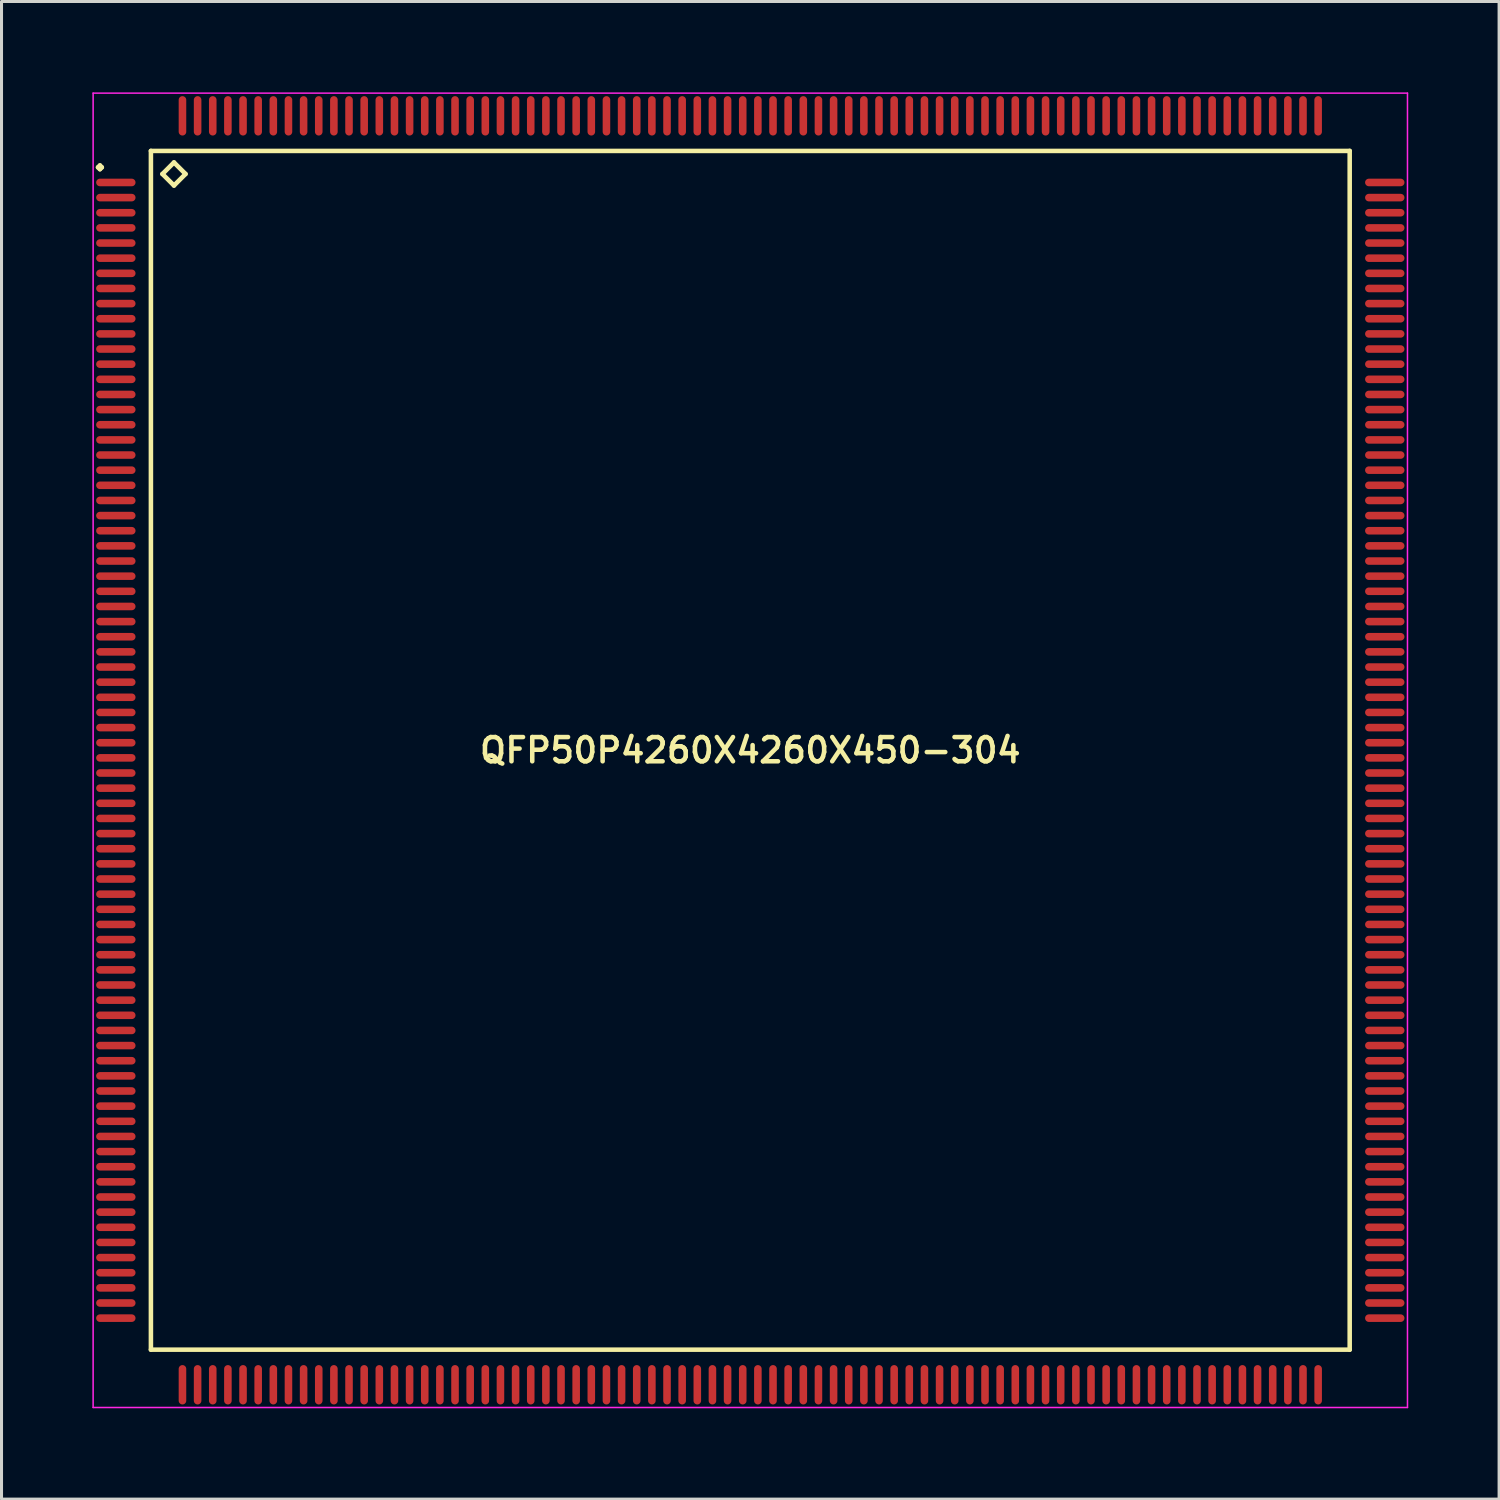
<source format=kicad_pcb>
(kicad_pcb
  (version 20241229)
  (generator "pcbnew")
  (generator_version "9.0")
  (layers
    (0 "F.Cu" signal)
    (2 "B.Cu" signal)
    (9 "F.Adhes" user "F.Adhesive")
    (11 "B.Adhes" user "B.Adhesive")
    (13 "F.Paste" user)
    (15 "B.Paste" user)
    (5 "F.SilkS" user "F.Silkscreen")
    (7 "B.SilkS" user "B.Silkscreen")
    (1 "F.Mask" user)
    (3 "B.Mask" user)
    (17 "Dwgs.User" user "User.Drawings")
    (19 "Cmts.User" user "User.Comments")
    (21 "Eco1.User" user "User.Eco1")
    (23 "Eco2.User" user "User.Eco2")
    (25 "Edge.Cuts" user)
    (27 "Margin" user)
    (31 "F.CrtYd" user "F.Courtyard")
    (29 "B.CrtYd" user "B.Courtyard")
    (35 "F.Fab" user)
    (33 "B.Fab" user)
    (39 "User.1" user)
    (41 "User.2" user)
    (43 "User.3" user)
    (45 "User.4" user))
  (footprint "QFP50P4260X4260X450-304"
    (layer "F.Cu")
    (at 21.725 21.725)
    (property "Reference" "QFP50P4260X4260X450-304" (at 0 0 0) (layer "F.SilkS") (effects (font (size 0.8 0.8) (thickness 0.15))))
    (attr smd)
    (fp_line (start -21.538 -19.25) (end -21.475 -19.312) (stroke (width 0.15) (type solid)) (layer "F.SilkS"))
    (fp_line (start -21.475 -19.312) (end -21.413 -19.25) (stroke (width 0.15) (type solid)) (layer "F.SilkS"))
    (fp_line (start -21.475 -19.188) (end -21.538 -19.25) (stroke (width 0.15) (type solid)) (layer "F.SilkS"))
    (fp_line (start -21.413 -19.25) (end -21.475 -19.188) (stroke (width 0.15) (type solid)) (layer "F.SilkS"))
    (fp_line (start -19.792 -19.792) (end -19.792 19.792) (stroke (width 0.15) (type solid)) (layer "F.SilkS"))
    (fp_line (start -19.792 19.792) (end 19.792 19.792) (stroke (width 0.15) (type solid)) (layer "F.SilkS"))
    (fp_line (start -19.411 -19.03) (end -19.03 -19.411) (stroke (width 0.15) (type solid)) (layer "F.SilkS"))
    (fp_line (start -19.03 -19.411) (end -18.649 -19.03) (stroke (width 0.15) (type solid)) (layer "F.SilkS"))
    (fp_line (start -19.03 -18.649) (end -19.411 -19.03) (stroke (width 0.15) (type solid)) (layer "F.SilkS"))
    (fp_line (start -18.649 -19.03) (end -19.03 -18.649) (stroke (width 0.15) (type solid)) (layer "F.SilkS"))
    (fp_line (start 19.792 -19.792) (end -19.792 -19.792) (stroke (width 0.15) (type solid)) (layer "F.SilkS"))
    (fp_line (start 19.792 19.792) (end 19.792 -19.792) (stroke (width 0.15) (type solid)) (layer "F.SilkS"))
    (fp_line (start -21.7 -21.7) (end 21.7 -21.7) (stroke (width 0.05) (type solid)) (layer "F.CrtYd"))
    (fp_line (start -21.7 21.7) (end -21.7 -21.7) (stroke (width 0.05) (type solid)) (layer "F.CrtYd"))
    (fp_line (start 21.7 -21.7) (end 21.7 21.7) (stroke (width 0.05) (type solid)) (layer "F.CrtYd"))
    (fp_line (start 21.7 21.7) (end -21.7 21.7) (stroke (width 0.05) (type solid)) (layer "F.CrtYd"))
    (pad "1" smd oval (at -20.95 -18.75) (size 1.3 0.25) (layers "F.Cu" "F.Mask" "F.Paste"))
    (pad "2" smd oval (at -20.95 -18.25) (size 1.3 0.25) (layers "F.Cu" "F.Mask" "F.Paste"))
    (pad "3" smd oval (at -20.95 -17.75) (size 1.3 0.25) (layers "F.Cu" "F.Mask" "F.Paste"))
    (pad "4" smd oval (at -20.95 -17.25) (size 1.3 0.25) (layers "F.Cu" "F.Mask" "F.Paste"))
    (pad "5" smd oval (at -20.95 -16.75) (size 1.3 0.25) (layers "F.Cu" "F.Mask" "F.Paste"))
    (pad "6" smd oval (at -20.95 -16.25) (size 1.3 0.25) (layers "F.Cu" "F.Mask" "F.Paste"))
    (pad "7" smd oval (at -20.95 -15.75) (size 1.3 0.25) (layers "F.Cu" "F.Mask" "F.Paste"))
    (pad "8" smd oval (at -20.95 -15.25) (size 1.3 0.25) (layers "F.Cu" "F.Mask" "F.Paste"))
    (pad "9" smd oval (at -20.95 -14.75) (size 1.3 0.25) (layers "F.Cu" "F.Mask" "F.Paste"))
    (pad "10" smd oval (at -20.95 -14.25) (size 1.3 0.25) (layers "F.Cu" "F.Mask" "F.Paste"))
    (pad "11" smd oval (at -20.95 -13.75) (size 1.3 0.25) (layers "F.Cu" "F.Mask" "F.Paste"))
    (pad "12" smd oval (at -20.95 -13.25) (size 1.3 0.25) (layers "F.Cu" "F.Mask" "F.Paste"))
    (pad "13" smd oval (at -20.95 -12.75) (size 1.3 0.25) (layers "F.Cu" "F.Mask" "F.Paste"))
    (pad "14" smd oval (at -20.95 -12.25) (size 1.3 0.25) (layers "F.Cu" "F.Mask" "F.Paste"))
    (pad "15" smd oval (at -20.95 -11.75) (size 1.3 0.25) (layers "F.Cu" "F.Mask" "F.Paste"))
    (pad "16" smd oval (at -20.95 -11.25) (size 1.3 0.25) (layers "F.Cu" "F.Mask" "F.Paste"))
    (pad "17" smd oval (at -20.95 -10.75) (size 1.3 0.25) (layers "F.Cu" "F.Mask" "F.Paste"))
    (pad "18" smd oval (at -20.95 -10.25) (size 1.3 0.25) (layers "F.Cu" "F.Mask" "F.Paste"))
    (pad "19" smd oval (at -20.95 -9.75) (size 1.3 0.25) (layers "F.Cu" "F.Mask" "F.Paste"))
    (pad "20" smd oval (at -20.95 -9.25) (size 1.3 0.25) (layers "F.Cu" "F.Mask" "F.Paste"))
    (pad "21" smd oval (at -20.95 -8.75) (size 1.3 0.25) (layers "F.Cu" "F.Mask" "F.Paste"))
    (pad "22" smd oval (at -20.95 -8.25) (size 1.3 0.25) (layers "F.Cu" "F.Mask" "F.Paste"))
    (pad "23" smd oval (at -20.95 -7.75) (size 1.3 0.25) (layers "F.Cu" "F.Mask" "F.Paste"))
    (pad "24" smd oval (at -20.95 -7.25) (size 1.3 0.25) (layers "F.Cu" "F.Mask" "F.Paste"))
    (pad "25" smd oval (at -20.95 -6.75) (size 1.3 0.25) (layers "F.Cu" "F.Mask" "F.Paste"))
    (pad "26" smd oval (at -20.95 -6.25) (size 1.3 0.25) (layers "F.Cu" "F.Mask" "F.Paste"))
    (pad "27" smd oval (at -20.95 -5.75) (size 1.3 0.25) (layers "F.Cu" "F.Mask" "F.Paste"))
    (pad "28" smd oval (at -20.95 -5.25) (size 1.3 0.25) (layers "F.Cu" "F.Mask" "F.Paste"))
    (pad "29" smd oval (at -20.95 -4.75) (size 1.3 0.25) (layers "F.Cu" "F.Mask" "F.Paste"))
    (pad "30" smd oval (at -20.95 -4.25) (size 1.3 0.25) (layers "F.Cu" "F.Mask" "F.Paste"))
    (pad "31" smd oval (at -20.95 -3.75) (size 1.3 0.25) (layers "F.Cu" "F.Mask" "F.Paste"))
    (pad "32" smd oval (at -20.95 -3.25) (size 1.3 0.25) (layers "F.Cu" "F.Mask" "F.Paste"))
    (pad "33" smd oval (at -20.95 -2.75) (size 1.3 0.25) (layers "F.Cu" "F.Mask" "F.Paste"))
    (pad "34" smd oval (at -20.95 -2.25) (size 1.3 0.25) (layers "F.Cu" "F.Mask" "F.Paste"))
    (pad "35" smd oval (at -20.95 -1.75) (size 1.3 0.25) (layers "F.Cu" "F.Mask" "F.Paste"))
    (pad "36" smd oval (at -20.95 -1.25) (size 1.3 0.25) (layers "F.Cu" "F.Mask" "F.Paste"))
    (pad "37" smd oval (at -20.95 -0.75) (size 1.3 0.25) (layers "F.Cu" "F.Mask" "F.Paste"))
    (pad "38" smd oval (at -20.95 -0.25) (size 1.3 0.25) (layers "F.Cu" "F.Mask" "F.Paste"))
    (pad "39" smd oval (at -20.95 0.25) (size 1.3 0.25) (layers "F.Cu" "F.Mask" "F.Paste"))
    (pad "40" smd oval (at -20.95 0.75) (size 1.3 0.25) (layers "F.Cu" "F.Mask" "F.Paste"))
    (pad "41" smd oval (at -20.95 1.25) (size 1.3 0.25) (layers "F.Cu" "F.Mask" "F.Paste"))
    (pad "42" smd oval (at -20.95 1.75) (size 1.3 0.25) (layers "F.Cu" "F.Mask" "F.Paste"))
    (pad "43" smd oval (at -20.95 2.25) (size 1.3 0.25) (layers "F.Cu" "F.Mask" "F.Paste"))
    (pad "44" smd oval (at -20.95 2.75) (size 1.3 0.25) (layers "F.Cu" "F.Mask" "F.Paste"))
    (pad "45" smd oval (at -20.95 3.25) (size 1.3 0.25) (layers "F.Cu" "F.Mask" "F.Paste"))
    (pad "46" smd oval (at -20.95 3.75) (size 1.3 0.25) (layers "F.Cu" "F.Mask" "F.Paste"))
    (pad "47" smd oval (at -20.95 4.25) (size 1.3 0.25) (layers "F.Cu" "F.Mask" "F.Paste"))
    (pad "48" smd oval (at -20.95 4.75) (size 1.3 0.25) (layers "F.Cu" "F.Mask" "F.Paste"))
    (pad "49" smd oval (at -20.95 5.25) (size 1.3 0.25) (layers "F.Cu" "F.Mask" "F.Paste"))
    (pad "50" smd oval (at -20.95 5.75) (size 1.3 0.25) (layers "F.Cu" "F.Mask" "F.Paste"))
    (pad "51" smd oval (at -20.95 6.25) (size 1.3 0.25) (layers "F.Cu" "F.Mask" "F.Paste"))
    (pad "52" smd oval (at -20.95 6.75) (size 1.3 0.25) (layers "F.Cu" "F.Mask" "F.Paste"))
    (pad "53" smd oval (at -20.95 7.25) (size 1.3 0.25) (layers "F.Cu" "F.Mask" "F.Paste"))
    (pad "54" smd oval (at -20.95 7.75) (size 1.3 0.25) (layers "F.Cu" "F.Mask" "F.Paste"))
    (pad "55" smd oval (at -20.95 8.25) (size 1.3 0.25) (layers "F.Cu" "F.Mask" "F.Paste"))
    (pad "56" smd oval (at -20.95 8.75) (size 1.3 0.25) (layers "F.Cu" "F.Mask" "F.Paste"))
    (pad "57" smd oval (at -20.95 9.25) (size 1.3 0.25) (layers "F.Cu" "F.Mask" "F.Paste"))
    (pad "58" smd oval (at -20.95 9.75) (size 1.3 0.25) (layers "F.Cu" "F.Mask" "F.Paste"))
    (pad "59" smd oval (at -20.95 10.25) (size 1.3 0.25) (layers "F.Cu" "F.Mask" "F.Paste"))
    (pad "60" smd oval (at -20.95 10.75) (size 1.3 0.25) (layers "F.Cu" "F.Mask" "F.Paste"))
    (pad "61" smd oval (at -20.95 11.25) (size 1.3 0.25) (layers "F.Cu" "F.Mask" "F.Paste"))
    (pad "62" smd oval (at -20.95 11.75) (size 1.3 0.25) (layers "F.Cu" "F.Mask" "F.Paste"))
    (pad "63" smd oval (at -20.95 12.25) (size 1.3 0.25) (layers "F.Cu" "F.Mask" "F.Paste"))
    (pad "64" smd oval (at -20.95 12.75) (size 1.3 0.25) (layers "F.Cu" "F.Mask" "F.Paste"))
    (pad "65" smd oval (at -20.95 13.25) (size 1.3 0.25) (layers "F.Cu" "F.Mask" "F.Paste"))
    (pad "66" smd oval (at -20.95 13.75) (size 1.3 0.25) (layers "F.Cu" "F.Mask" "F.Paste"))
    (pad "67" smd oval (at -20.95 14.25) (size 1.3 0.25) (layers "F.Cu" "F.Mask" "F.Paste"))
    (pad "68" smd oval (at -20.95 14.75) (size 1.3 0.25) (layers "F.Cu" "F.Mask" "F.Paste"))
    (pad "69" smd oval (at -20.95 15.25) (size 1.3 0.25) (layers "F.Cu" "F.Mask" "F.Paste"))
    (pad "70" smd oval (at -20.95 15.75) (size 1.3 0.25) (layers "F.Cu" "F.Mask" "F.Paste"))
    (pad "71" smd oval (at -20.95 16.25) (size 1.3 0.25) (layers "F.Cu" "F.Mask" "F.Paste"))
    (pad "72" smd oval (at -20.95 16.75) (size 1.3 0.25) (layers "F.Cu" "F.Mask" "F.Paste"))
    (pad "73" smd oval (at -20.95 17.25) (size 1.3 0.25) (layers "F.Cu" "F.Mask" "F.Paste"))
    (pad "74" smd oval (at -20.95 17.75) (size 1.3 0.25) (layers "F.Cu" "F.Mask" "F.Paste"))
    (pad "75" smd oval (at -20.95 18.25) (size 1.3 0.25) (layers "F.Cu" "F.Mask" "F.Paste"))
    (pad "76" smd oval (at -20.95 18.75) (size 1.3 0.25) (layers "F.Cu" "F.Mask" "F.Paste"))
    (pad "77" smd oval (at -18.75 20.95) (size 0.25 1.3) (layers "F.Cu" "F.Mask" "F.Paste"))
    (pad "78" smd oval (at -18.25 20.95) (size 0.25 1.3) (layers "F.Cu" "F.Mask" "F.Paste"))
    (pad "79" smd oval (at -17.75 20.95) (size 0.25 1.3) (layers "F.Cu" "F.Mask" "F.Paste"))
    (pad "80" smd oval (at -17.25 20.95) (size 0.25 1.3) (layers "F.Cu" "F.Mask" "F.Paste"))
    (pad "81" smd oval (at -16.75 20.95) (size 0.25 1.3) (layers "F.Cu" "F.Mask" "F.Paste"))
    (pad "82" smd oval (at -16.25 20.95) (size 0.25 1.3) (layers "F.Cu" "F.Mask" "F.Paste"))
    (pad "83" smd oval (at -15.75 20.95) (size 0.25 1.3) (layers "F.Cu" "F.Mask" "F.Paste"))
    (pad "84" smd oval (at -15.25 20.95) (size 0.25 1.3) (layers "F.Cu" "F.Mask" "F.Paste"))
    (pad "85" smd oval (at -14.75 20.95) (size 0.25 1.3) (layers "F.Cu" "F.Mask" "F.Paste"))
    (pad "86" smd oval (at -14.25 20.95) (size 0.25 1.3) (layers "F.Cu" "F.Mask" "F.Paste"))
    (pad "87" smd oval (at -13.75 20.95) (size 0.25 1.3) (layers "F.Cu" "F.Mask" "F.Paste"))
    (pad "88" smd oval (at -13.25 20.95) (size 0.25 1.3) (layers "F.Cu" "F.Mask" "F.Paste"))
    (pad "89" smd oval (at -12.75 20.95) (size 0.25 1.3) (layers "F.Cu" "F.Mask" "F.Paste"))
    (pad "90" smd oval (at -12.25 20.95) (size 0.25 1.3) (layers "F.Cu" "F.Mask" "F.Paste"))
    (pad "91" smd oval (at -11.75 20.95) (size 0.25 1.3) (layers "F.Cu" "F.Mask" "F.Paste"))
    (pad "92" smd oval (at -11.25 20.95) (size 0.25 1.3) (layers "F.Cu" "F.Mask" "F.Paste"))
    (pad "93" smd oval (at -10.75 20.95) (size 0.25 1.3) (layers "F.Cu" "F.Mask" "F.Paste"))
    (pad "94" smd oval (at -10.25 20.95) (size 0.25 1.3) (layers "F.Cu" "F.Mask" "F.Paste"))
    (pad "95" smd oval (at -9.75 20.95) (size 0.25 1.3) (layers "F.Cu" "F.Mask" "F.Paste"))
    (pad "96" smd oval (at -9.25 20.95) (size 0.25 1.3) (layers "F.Cu" "F.Mask" "F.Paste"))
    (pad "97" smd oval (at -8.75 20.95) (size 0.25 1.3) (layers "F.Cu" "F.Mask" "F.Paste"))
    (pad "98" smd oval (at -8.25 20.95) (size 0.25 1.3) (layers "F.Cu" "F.Mask" "F.Paste"))
    (pad "99" smd oval (at -7.75 20.95) (size 0.25 1.3) (layers "F.Cu" "F.Mask" "F.Paste"))
    (pad "100" smd oval (at -7.25 20.95) (size 0.25 1.3) (layers "F.Cu" "F.Mask" "F.Paste"))
    (pad "101" smd oval (at -6.75 20.95) (size 0.25 1.3) (layers "F.Cu" "F.Mask" "F.Paste"))
    (pad "102" smd oval (at -6.25 20.95) (size 0.25 1.3) (layers "F.Cu" "F.Mask" "F.Paste"))
    (pad "103" smd oval (at -5.75 20.95) (size 0.25 1.3) (layers "F.Cu" "F.Mask" "F.Paste"))
    (pad "104" smd oval (at -5.25 20.95) (size 0.25 1.3) (layers "F.Cu" "F.Mask" "F.Paste"))
    (pad "105" smd oval (at -4.75 20.95) (size 0.25 1.3) (layers "F.Cu" "F.Mask" "F.Paste"))
    (pad "106" smd oval (at -4.25 20.95) (size 0.25 1.3) (layers "F.Cu" "F.Mask" "F.Paste"))
    (pad "107" smd oval (at -3.75 20.95) (size 0.25 1.3) (layers "F.Cu" "F.Mask" "F.Paste"))
    (pad "108" smd oval (at -3.25 20.95) (size 0.25 1.3) (layers "F.Cu" "F.Mask" "F.Paste"))
    (pad "109" smd oval (at -2.75 20.95) (size 0.25 1.3) (layers "F.Cu" "F.Mask" "F.Paste"))
    (pad "110" smd oval (at -2.25 20.95) (size 0.25 1.3) (layers "F.Cu" "F.Mask" "F.Paste"))
    (pad "111" smd oval (at -1.75 20.95) (size 0.25 1.3) (layers "F.Cu" "F.Mask" "F.Paste"))
    (pad "112" smd oval (at -1.25 20.95) (size 0.25 1.3) (layers "F.Cu" "F.Mask" "F.Paste"))
    (pad "113" smd oval (at -0.75 20.95) (size 0.25 1.3) (layers "F.Cu" "F.Mask" "F.Paste"))
    (pad "114" smd oval (at -0.25 20.95) (size 0.25 1.3) (layers "F.Cu" "F.Mask" "F.Paste"))
    (pad "115" smd oval (at 0.25 20.95) (size 0.25 1.3) (layers "F.Cu" "F.Mask" "F.Paste"))
    (pad "116" smd oval (at 0.75 20.95) (size 0.25 1.3) (layers "F.Cu" "F.Mask" "F.Paste"))
    (pad "117" smd oval (at 1.25 20.95) (size 0.25 1.3) (layers "F.Cu" "F.Mask" "F.Paste"))
    (pad "118" smd oval (at 1.75 20.95) (size 0.25 1.3) (layers "F.Cu" "F.Mask" "F.Paste"))
    (pad "119" smd oval (at 2.25 20.95) (size 0.25 1.3) (layers "F.Cu" "F.Mask" "F.Paste"))
    (pad "120" smd oval (at 2.75 20.95) (size 0.25 1.3) (layers "F.Cu" "F.Mask" "F.Paste"))
    (pad "121" smd oval (at 3.25 20.95) (size 0.25 1.3) (layers "F.Cu" "F.Mask" "F.Paste"))
    (pad "122" smd oval (at 3.75 20.95) (size 0.25 1.3) (layers "F.Cu" "F.Mask" "F.Paste"))
    (pad "123" smd oval (at 4.25 20.95) (size 0.25 1.3) (layers "F.Cu" "F.Mask" "F.Paste"))
    (pad "124" smd oval (at 4.75 20.95) (size 0.25 1.3) (layers "F.Cu" "F.Mask" "F.Paste"))
    (pad "125" smd oval (at 5.25 20.95) (size 0.25 1.3) (layers "F.Cu" "F.Mask" "F.Paste"))
    (pad "126" smd oval (at 5.75 20.95) (size 0.25 1.3) (layers "F.Cu" "F.Mask" "F.Paste"))
    (pad "127" smd oval (at 6.25 20.95) (size 0.25 1.3) (layers "F.Cu" "F.Mask" "F.Paste"))
    (pad "128" smd oval (at 6.75 20.95) (size 0.25 1.3) (layers "F.Cu" "F.Mask" "F.Paste"))
    (pad "129" smd oval (at 7.25 20.95) (size 0.25 1.3) (layers "F.Cu" "F.Mask" "F.Paste"))
    (pad "130" smd oval (at 7.75 20.95) (size 0.25 1.3) (layers "F.Cu" "F.Mask" "F.Paste"))
    (pad "131" smd oval (at 8.25 20.95) (size 0.25 1.3) (layers "F.Cu" "F.Mask" "F.Paste"))
    (pad "132" smd oval (at 8.75 20.95) (size 0.25 1.3) (layers "F.Cu" "F.Mask" "F.Paste"))
    (pad "133" smd oval (at 9.25 20.95) (size 0.25 1.3) (layers "F.Cu" "F.Mask" "F.Paste"))
    (pad "134" smd oval (at 9.75 20.95) (size 0.25 1.3) (layers "F.Cu" "F.Mask" "F.Paste"))
    (pad "135" smd oval (at 10.25 20.95) (size 0.25 1.3) (layers "F.Cu" "F.Mask" "F.Paste"))
    (pad "136" smd oval (at 10.75 20.95) (size 0.25 1.3) (layers "F.Cu" "F.Mask" "F.Paste"))
    (pad "137" smd oval (at 11.25 20.95) (size 0.25 1.3) (layers "F.Cu" "F.Mask" "F.Paste"))
    (pad "138" smd oval (at 11.75 20.95) (size 0.25 1.3) (layers "F.Cu" "F.Mask" "F.Paste"))
    (pad "139" smd oval (at 12.25 20.95) (size 0.25 1.3) (layers "F.Cu" "F.Mask" "F.Paste"))
    (pad "140" smd oval (at 12.75 20.95) (size 0.25 1.3) (layers "F.Cu" "F.Mask" "F.Paste"))
    (pad "141" smd oval (at 13.25 20.95) (size 0.25 1.3) (layers "F.Cu" "F.Mask" "F.Paste"))
    (pad "142" smd oval (at 13.75 20.95) (size 0.25 1.3) (layers "F.Cu" "F.Mask" "F.Paste"))
    (pad "143" smd oval (at 14.25 20.95) (size 0.25 1.3) (layers "F.Cu" "F.Mask" "F.Paste"))
    (pad "144" smd oval (at 14.75 20.95) (size 0.25 1.3) (layers "F.Cu" "F.Mask" "F.Paste"))
    (pad "145" smd oval (at 15.25 20.95) (size 0.25 1.3) (layers "F.Cu" "F.Mask" "F.Paste"))
    (pad "146" smd oval (at 15.75 20.95) (size 0.25 1.3) (layers "F.Cu" "F.Mask" "F.Paste"))
    (pad "147" smd oval (at 16.25 20.95) (size 0.25 1.3) (layers "F.Cu" "F.Mask" "F.Paste"))
    (pad "148" smd oval (at 16.75 20.95) (size 0.25 1.3) (layers "F.Cu" "F.Mask" "F.Paste"))
    (pad "149" smd oval (at 17.25 20.95) (size 0.25 1.3) (layers "F.Cu" "F.Mask" "F.Paste"))
    (pad "150" smd oval (at 17.75 20.95) (size 0.25 1.3) (layers "F.Cu" "F.Mask" "F.Paste"))
    (pad "151" smd oval (at 18.25 20.95) (size 0.25 1.3) (layers "F.Cu" "F.Mask" "F.Paste"))
    (pad "152" smd oval (at 18.75 20.95) (size 0.25 1.3) (layers "F.Cu" "F.Mask" "F.Paste"))
    (pad "153" smd oval (at 20.95 18.75) (size 1.3 0.25) (layers "F.Cu" "F.Mask" "F.Paste"))
    (pad "154" smd oval (at 20.95 18.25) (size 1.3 0.25) (layers "F.Cu" "F.Mask" "F.Paste"))
    (pad "155" smd oval (at 20.95 17.75) (size 1.3 0.25) (layers "F.Cu" "F.Mask" "F.Paste"))
    (pad "156" smd oval (at 20.95 17.25) (size 1.3 0.25) (layers "F.Cu" "F.Mask" "F.Paste"))
    (pad "157" smd oval (at 20.95 16.75) (size 1.3 0.25) (layers "F.Cu" "F.Mask" "F.Paste"))
    (pad "158" smd oval (at 20.95 16.25) (size 1.3 0.25) (layers "F.Cu" "F.Mask" "F.Paste"))
    (pad "159" smd oval (at 20.95 15.75) (size 1.3 0.25) (layers "F.Cu" "F.Mask" "F.Paste"))
    (pad "160" smd oval (at 20.95 15.25) (size 1.3 0.25) (layers "F.Cu" "F.Mask" "F.Paste"))
    (pad "161" smd oval (at 20.95 14.75) (size 1.3 0.25) (layers "F.Cu" "F.Mask" "F.Paste"))
    (pad "162" smd oval (at 20.95 14.25) (size 1.3 0.25) (layers "F.Cu" "F.Mask" "F.Paste"))
    (pad "163" smd oval (at 20.95 13.75) (size 1.3 0.25) (layers "F.Cu" "F.Mask" "F.Paste"))
    (pad "164" smd oval (at 20.95 13.25) (size 1.3 0.25) (layers "F.Cu" "F.Mask" "F.Paste"))
    (pad "165" smd oval (at 20.95 12.75) (size 1.3 0.25) (layers "F.Cu" "F.Mask" "F.Paste"))
    (pad "166" smd oval (at 20.95 12.25) (size 1.3 0.25) (layers "F.Cu" "F.Mask" "F.Paste"))
    (pad "167" smd oval (at 20.95 11.75) (size 1.3 0.25) (layers "F.Cu" "F.Mask" "F.Paste"))
    (pad "168" smd oval (at 20.95 11.25) (size 1.3 0.25) (layers "F.Cu" "F.Mask" "F.Paste"))
    (pad "169" smd oval (at 20.95 10.75) (size 1.3 0.25) (layers "F.Cu" "F.Mask" "F.Paste"))
    (pad "170" smd oval (at 20.95 10.25) (size 1.3 0.25) (layers "F.Cu" "F.Mask" "F.Paste"))
    (pad "171" smd oval (at 20.95 9.75) (size 1.3 0.25) (layers "F.Cu" "F.Mask" "F.Paste"))
    (pad "172" smd oval (at 20.95 9.25) (size 1.3 0.25) (layers "F.Cu" "F.Mask" "F.Paste"))
    (pad "173" smd oval (at 20.95 8.75) (size 1.3 0.25) (layers "F.Cu" "F.Mask" "F.Paste"))
    (pad "174" smd oval (at 20.95 8.25) (size 1.3 0.25) (layers "F.Cu" "F.Mask" "F.Paste"))
    (pad "175" smd oval (at 20.95 7.75) (size 1.3 0.25) (layers "F.Cu" "F.Mask" "F.Paste"))
    (pad "176" smd oval (at 20.95 7.25) (size 1.3 0.25) (layers "F.Cu" "F.Mask" "F.Paste"))
    (pad "177" smd oval (at 20.95 6.75) (size 1.3 0.25) (layers "F.Cu" "F.Mask" "F.Paste"))
    (pad "178" smd oval (at 20.95 6.25) (size 1.3 0.25) (layers "F.Cu" "F.Mask" "F.Paste"))
    (pad "179" smd oval (at 20.95 5.75) (size 1.3 0.25) (layers "F.Cu" "F.Mask" "F.Paste"))
    (pad "180" smd oval (at 20.95 5.25) (size 1.3 0.25) (layers "F.Cu" "F.Mask" "F.Paste"))
    (pad "181" smd oval (at 20.95 4.75) (size 1.3 0.25) (layers "F.Cu" "F.Mask" "F.Paste"))
    (pad "182" smd oval (at 20.95 4.25) (size 1.3 0.25) (layers "F.Cu" "F.Mask" "F.Paste"))
    (pad "183" smd oval (at 20.95 3.75) (size 1.3 0.25) (layers "F.Cu" "F.Mask" "F.Paste"))
    (pad "184" smd oval (at 20.95 3.25) (size 1.3 0.25) (layers "F.Cu" "F.Mask" "F.Paste"))
    (pad "185" smd oval (at 20.95 2.75) (size 1.3 0.25) (layers "F.Cu" "F.Mask" "F.Paste"))
    (pad "186" smd oval (at 20.95 2.25) (size 1.3 0.25) (layers "F.Cu" "F.Mask" "F.Paste"))
    (pad "187" smd oval (at 20.95 1.75) (size 1.3 0.25) (layers "F.Cu" "F.Mask" "F.Paste"))
    (pad "188" smd oval (at 20.95 1.25) (size 1.3 0.25) (layers "F.Cu" "F.Mask" "F.Paste"))
    (pad "189" smd oval (at 20.95 0.75) (size 1.3 0.25) (layers "F.Cu" "F.Mask" "F.Paste"))
    (pad "190" smd oval (at 20.95 0.25) (size 1.3 0.25) (layers "F.Cu" "F.Mask" "F.Paste"))
    (pad "191" smd oval (at 20.95 -0.25) (size 1.3 0.25) (layers "F.Cu" "F.Mask" "F.Paste"))
    (pad "192" smd oval (at 20.95 -0.75) (size 1.3 0.25) (layers "F.Cu" "F.Mask" "F.Paste"))
    (pad "193" smd oval (at 20.95 -1.25) (size 1.3 0.25) (layers "F.Cu" "F.Mask" "F.Paste"))
    (pad "194" smd oval (at 20.95 -1.75) (size 1.3 0.25) (layers "F.Cu" "F.Mask" "F.Paste"))
    (pad "195" smd oval (at 20.95 -2.25) (size 1.3 0.25) (layers "F.Cu" "F.Mask" "F.Paste"))
    (pad "196" smd oval (at 20.95 -2.75) (size 1.3 0.25) (layers "F.Cu" "F.Mask" "F.Paste"))
    (pad "197" smd oval (at 20.95 -3.25) (size 1.3 0.25) (layers "F.Cu" "F.Mask" "F.Paste"))
    (pad "198" smd oval (at 20.95 -3.75) (size 1.3 0.25) (layers "F.Cu" "F.Mask" "F.Paste"))
    (pad "199" smd oval (at 20.95 -4.25) (size 1.3 0.25) (layers "F.Cu" "F.Mask" "F.Paste"))
    (pad "200" smd oval (at 20.95 -4.75) (size 1.3 0.25) (layers "F.Cu" "F.Mask" "F.Paste"))
    (pad "201" smd oval (at 20.95 -5.25) (size 1.3 0.25) (layers "F.Cu" "F.Mask" "F.Paste"))
    (pad "202" smd oval (at 20.95 -5.75) (size 1.3 0.25) (layers "F.Cu" "F.Mask" "F.Paste"))
    (pad "203" smd oval (at 20.95 -6.25) (size 1.3 0.25) (layers "F.Cu" "F.Mask" "F.Paste"))
    (pad "204" smd oval (at 20.95 -6.75) (size 1.3 0.25) (layers "F.Cu" "F.Mask" "F.Paste"))
    (pad "205" smd oval (at 20.95 -7.25) (size 1.3 0.25) (layers "F.Cu" "F.Mask" "F.Paste"))
    (pad "206" smd oval (at 20.95 -7.75) (size 1.3 0.25) (layers "F.Cu" "F.Mask" "F.Paste"))
    (pad "207" smd oval (at 20.95 -8.25) (size 1.3 0.25) (layers "F.Cu" "F.Mask" "F.Paste"))
    (pad "208" smd oval (at 20.95 -8.75) (size 1.3 0.25) (layers "F.Cu" "F.Mask" "F.Paste"))
    (pad "209" smd oval (at 20.95 -9.25) (size 1.3 0.25) (layers "F.Cu" "F.Mask" "F.Paste"))
    (pad "210" smd oval (at 20.95 -9.75) (size 1.3 0.25) (layers "F.Cu" "F.Mask" "F.Paste"))
    (pad "211" smd oval (at 20.95 -10.25) (size 1.3 0.25) (layers "F.Cu" "F.Mask" "F.Paste"))
    (pad "212" smd oval (at 20.95 -10.75) (size 1.3 0.25) (layers "F.Cu" "F.Mask" "F.Paste"))
    (pad "213" smd oval (at 20.95 -11.25) (size 1.3 0.25) (layers "F.Cu" "F.Mask" "F.Paste"))
    (pad "214" smd oval (at 20.95 -11.75) (size 1.3 0.25) (layers "F.Cu" "F.Mask" "F.Paste"))
    (pad "215" smd oval (at 20.95 -12.25) (size 1.3 0.25) (layers "F.Cu" "F.Mask" "F.Paste"))
    (pad "216" smd oval (at 20.95 -12.75) (size 1.3 0.25) (layers "F.Cu" "F.Mask" "F.Paste"))
    (pad "217" smd oval (at 20.95 -13.25) (size 1.3 0.25) (layers "F.Cu" "F.Mask" "F.Paste"))
    (pad "218" smd oval (at 20.95 -13.75) (size 1.3 0.25) (layers "F.Cu" "F.Mask" "F.Paste"))
    (pad "219" smd oval (at 20.95 -14.25) (size 1.3 0.25) (layers "F.Cu" "F.Mask" "F.Paste"))
    (pad "220" smd oval (at 20.95 -14.75) (size 1.3 0.25) (layers "F.Cu" "F.Mask" "F.Paste"))
    (pad "221" smd oval (at 20.95 -15.25) (size 1.3 0.25) (layers "F.Cu" "F.Mask" "F.Paste"))
    (pad "222" smd oval (at 20.95 -15.75) (size 1.3 0.25) (layers "F.Cu" "F.Mask" "F.Paste"))
    (pad "223" smd oval (at 20.95 -16.25) (size 1.3 0.25) (layers "F.Cu" "F.Mask" "F.Paste"))
    (pad "224" smd oval (at 20.95 -16.75) (size 1.3 0.25) (layers "F.Cu" "F.Mask" "F.Paste"))
    (pad "225" smd oval (at 20.95 -17.25) (size 1.3 0.25) (layers "F.Cu" "F.Mask" "F.Paste"))
    (pad "226" smd oval (at 20.95 -17.75) (size 1.3 0.25) (layers "F.Cu" "F.Mask" "F.Paste"))
    (pad "227" smd oval (at 20.95 -18.25) (size 1.3 0.25) (layers "F.Cu" "F.Mask" "F.Paste"))
    (pad "228" smd oval (at 20.95 -18.75) (size 1.3 0.25) (layers "F.Cu" "F.Mask" "F.Paste"))
    (pad "229" smd oval (at 18.75 -20.95) (size 0.25 1.3) (layers "F.Cu" "F.Mask" "F.Paste"))
    (pad "230" smd oval (at 18.25 -20.95) (size 0.25 1.3) (layers "F.Cu" "F.Mask" "F.Paste"))
    (pad "231" smd oval (at 17.75 -20.95) (size 0.25 1.3) (layers "F.Cu" "F.Mask" "F.Paste"))
    (pad "232" smd oval (at 17.25 -20.95) (size 0.25 1.3) (layers "F.Cu" "F.Mask" "F.Paste"))
    (pad "233" smd oval (at 16.75 -20.95) (size 0.25 1.3) (layers "F.Cu" "F.Mask" "F.Paste"))
    (pad "234" smd oval (at 16.25 -20.95) (size 0.25 1.3) (layers "F.Cu" "F.Mask" "F.Paste"))
    (pad "235" smd oval (at 15.75 -20.95) (size 0.25 1.3) (layers "F.Cu" "F.Mask" "F.Paste"))
    (pad "236" smd oval (at 15.25 -20.95) (size 0.25 1.3) (layers "F.Cu" "F.Mask" "F.Paste"))
    (pad "237" smd oval (at 14.75 -20.95) (size 0.25 1.3) (layers "F.Cu" "F.Mask" "F.Paste"))
    (pad "238" smd oval (at 14.25 -20.95) (size 0.25 1.3) (layers "F.Cu" "F.Mask" "F.Paste"))
    (pad "239" smd oval (at 13.75 -20.95) (size 0.25 1.3) (layers "F.Cu" "F.Mask" "F.Paste"))
    (pad "240" smd oval (at 13.25 -20.95) (size 0.25 1.3) (layers "F.Cu" "F.Mask" "F.Paste"))
    (pad "241" smd oval (at 12.75 -20.95) (size 0.25 1.3) (layers "F.Cu" "F.Mask" "F.Paste"))
    (pad "242" smd oval (at 12.25 -20.95) (size 0.25 1.3) (layers "F.Cu" "F.Mask" "F.Paste"))
    (pad "243" smd oval (at 11.75 -20.95) (size 0.25 1.3) (layers "F.Cu" "F.Mask" "F.Paste"))
    (pad "244" smd oval (at 11.25 -20.95) (size 0.25 1.3) (layers "F.Cu" "F.Mask" "F.Paste"))
    (pad "245" smd oval (at 10.75 -20.95) (size 0.25 1.3) (layers "F.Cu" "F.Mask" "F.Paste"))
    (pad "246" smd oval (at 10.25 -20.95) (size 0.25 1.3) (layers "F.Cu" "F.Mask" "F.Paste"))
    (pad "247" smd oval (at 9.75 -20.95) (size 0.25 1.3) (layers "F.Cu" "F.Mask" "F.Paste"))
    (pad "248" smd oval (at 9.25 -20.95) (size 0.25 1.3) (layers "F.Cu" "F.Mask" "F.Paste"))
    (pad "249" smd oval (at 8.75 -20.95) (size 0.25 1.3) (layers "F.Cu" "F.Mask" "F.Paste"))
    (pad "250" smd oval (at 8.25 -20.95) (size 0.25 1.3) (layers "F.Cu" "F.Mask" "F.Paste"))
    (pad "251" smd oval (at 7.75 -20.95) (size 0.25 1.3) (layers "F.Cu" "F.Mask" "F.Paste"))
    (pad "252" smd oval (at 7.25 -20.95) (size 0.25 1.3) (layers "F.Cu" "F.Mask" "F.Paste"))
    (pad "253" smd oval (at 6.75 -20.95) (size 0.25 1.3) (layers "F.Cu" "F.Mask" "F.Paste"))
    (pad "254" smd oval (at 6.25 -20.95) (size 0.25 1.3) (layers "F.Cu" "F.Mask" "F.Paste"))
    (pad "255" smd oval (at 5.75 -20.95) (size 0.25 1.3) (layers "F.Cu" "F.Mask" "F.Paste"))
    (pad "256" smd oval (at 5.25 -20.95) (size 0.25 1.3) (layers "F.Cu" "F.Mask" "F.Paste"))
    (pad "257" smd oval (at 4.75 -20.95) (size 0.25 1.3) (layers "F.Cu" "F.Mask" "F.Paste"))
    (pad "258" smd oval (at 4.25 -20.95) (size 0.25 1.3) (layers "F.Cu" "F.Mask" "F.Paste"))
    (pad "259" smd oval (at 3.75 -20.95) (size 0.25 1.3) (layers "F.Cu" "F.Mask" "F.Paste"))
    (pad "260" smd oval (at 3.25 -20.95) (size 0.25 1.3) (layers "F.Cu" "F.Mask" "F.Paste"))
    (pad "261" smd oval (at 2.75 -20.95) (size 0.25 1.3) (layers "F.Cu" "F.Mask" "F.Paste"))
    (pad "262" smd oval (at 2.25 -20.95) (size 0.25 1.3) (layers "F.Cu" "F.Mask" "F.Paste"))
    (pad "263" smd oval (at 1.75 -20.95) (size 0.25 1.3) (layers "F.Cu" "F.Mask" "F.Paste"))
    (pad "264" smd oval (at 1.25 -20.95) (size 0.25 1.3) (layers "F.Cu" "F.Mask" "F.Paste"))
    (pad "265" smd oval (at 0.75 -20.95) (size 0.25 1.3) (layers "F.Cu" "F.Mask" "F.Paste"))
    (pad "266" smd oval (at 0.25 -20.95) (size 0.25 1.3) (layers "F.Cu" "F.Mask" "F.Paste"))
    (pad "267" smd oval (at -0.25 -20.95) (size 0.25 1.3) (layers "F.Cu" "F.Mask" "F.Paste"))
    (pad "268" smd oval (at -0.75 -20.95) (size 0.25 1.3) (layers "F.Cu" "F.Mask" "F.Paste"))
    (pad "269" smd oval (at -1.25 -20.95) (size 0.25 1.3) (layers "F.Cu" "F.Mask" "F.Paste"))
    (pad "270" smd oval (at -1.75 -20.95) (size 0.25 1.3) (layers "F.Cu" "F.Mask" "F.Paste"))
    (pad "271" smd oval (at -2.25 -20.95) (size 0.25 1.3) (layers "F.Cu" "F.Mask" "F.Paste"))
    (pad "272" smd oval (at -2.75 -20.95) (size 0.25 1.3) (layers "F.Cu" "F.Mask" "F.Paste"))
    (pad "273" smd oval (at -3.25 -20.95) (size 0.25 1.3) (layers "F.Cu" "F.Mask" "F.Paste"))
    (pad "274" smd oval (at -3.75 -20.95) (size 0.25 1.3) (layers "F.Cu" "F.Mask" "F.Paste"))
    (pad "275" smd oval (at -4.25 -20.95) (size 0.25 1.3) (layers "F.Cu" "F.Mask" "F.Paste"))
    (pad "276" smd oval (at -4.75 -20.95) (size 0.25 1.3) (layers "F.Cu" "F.Mask" "F.Paste"))
    (pad "277" smd oval (at -5.25 -20.95) (size 0.25 1.3) (layers "F.Cu" "F.Mask" "F.Paste"))
    (pad "278" smd oval (at -5.75 -20.95) (size 0.25 1.3) (layers "F.Cu" "F.Mask" "F.Paste"))
    (pad "279" smd oval (at -6.25 -20.95) (size 0.25 1.3) (layers "F.Cu" "F.Mask" "F.Paste"))
    (pad "280" smd oval (at -6.75 -20.95) (size 0.25 1.3) (layers "F.Cu" "F.Mask" "F.Paste"))
    (pad "281" smd oval (at -7.25 -20.95) (size 0.25 1.3) (layers "F.Cu" "F.Mask" "F.Paste"))
    (pad "282" smd oval (at -7.75 -20.95) (size 0.25 1.3) (layers "F.Cu" "F.Mask" "F.Paste"))
    (pad "283" smd oval (at -8.25 -20.95) (size 0.25 1.3) (layers "F.Cu" "F.Mask" "F.Paste"))
    (pad "284" smd oval (at -8.75 -20.95) (size 0.25 1.3) (layers "F.Cu" "F.Mask" "F.Paste"))
    (pad "285" smd oval (at -9.25 -20.95) (size 0.25 1.3) (layers "F.Cu" "F.Mask" "F.Paste"))
    (pad "286" smd oval (at -9.75 -20.95) (size 0.25 1.3) (layers "F.Cu" "F.Mask" "F.Paste"))
    (pad "287" smd oval (at -10.25 -20.95) (size 0.25 1.3) (layers "F.Cu" "F.Mask" "F.Paste"))
    (pad "288" smd oval (at -10.75 -20.95) (size 0.25 1.3) (layers "F.Cu" "F.Mask" "F.Paste"))
    (pad "289" smd oval (at -11.25 -20.95) (size 0.25 1.3) (layers "F.Cu" "F.Mask" "F.Paste"))
    (pad "290" smd oval (at -11.75 -20.95) (size 0.25 1.3) (layers "F.Cu" "F.Mask" "F.Paste"))
    (pad "291" smd oval (at -12.25 -20.95) (size 0.25 1.3) (layers "F.Cu" "F.Mask" "F.Paste"))
    (pad "292" smd oval (at -12.75 -20.95) (size 0.25 1.3) (layers "F.Cu" "F.Mask" "F.Paste"))
    (pad "293" smd oval (at -13.25 -20.95) (size 0.25 1.3) (layers "F.Cu" "F.Mask" "F.Paste"))
    (pad "294" smd oval (at -13.75 -20.95) (size 0.25 1.3) (layers "F.Cu" "F.Mask" "F.Paste"))
    (pad "295" smd oval (at -14.25 -20.95) (size 0.25 1.3) (layers "F.Cu" "F.Mask" "F.Paste"))
    (pad "296" smd oval (at -14.75 -20.95) (size 0.25 1.3) (layers "F.Cu" "F.Mask" "F.Paste"))
    (pad "297" smd oval (at -15.25 -20.95) (size 0.25 1.3) (layers "F.Cu" "F.Mask" "F.Paste"))
    (pad "298" smd oval (at -15.75 -20.95) (size 0.25 1.3) (layers "F.Cu" "F.Mask" "F.Paste"))
    (pad "299" smd oval (at -16.25 -20.95) (size 0.25 1.3) (layers "F.Cu" "F.Mask" "F.Paste"))
    (pad "300" smd oval (at -16.75 -20.95) (size 0.25 1.3) (layers "F.Cu" "F.Mask" "F.Paste"))
    (pad "301" smd oval (at -17.25 -20.95) (size 0.25 1.3) (layers "F.Cu" "F.Mask" "F.Paste"))
    (pad "302" smd oval (at -17.75 -20.95) (size 0.25 1.3) (layers "F.Cu" "F.Mask" "F.Paste"))
    (pad "303" smd oval (at -18.25 -20.95) (size 0.25 1.3) (layers "F.Cu" "F.Mask" "F.Paste"))
    (pad "304" smd oval (at -18.75 -20.95) (size 0.25 1.3) (layers "F.Cu" "F.Mask" "F.Paste")))
  (gr_rect
    (start -3 -3)
    (end 46.45 46.45)
    (stroke (width 0.1) (type default))
    (fill no)
    (layer "Edge.Cuts")))
</source>
